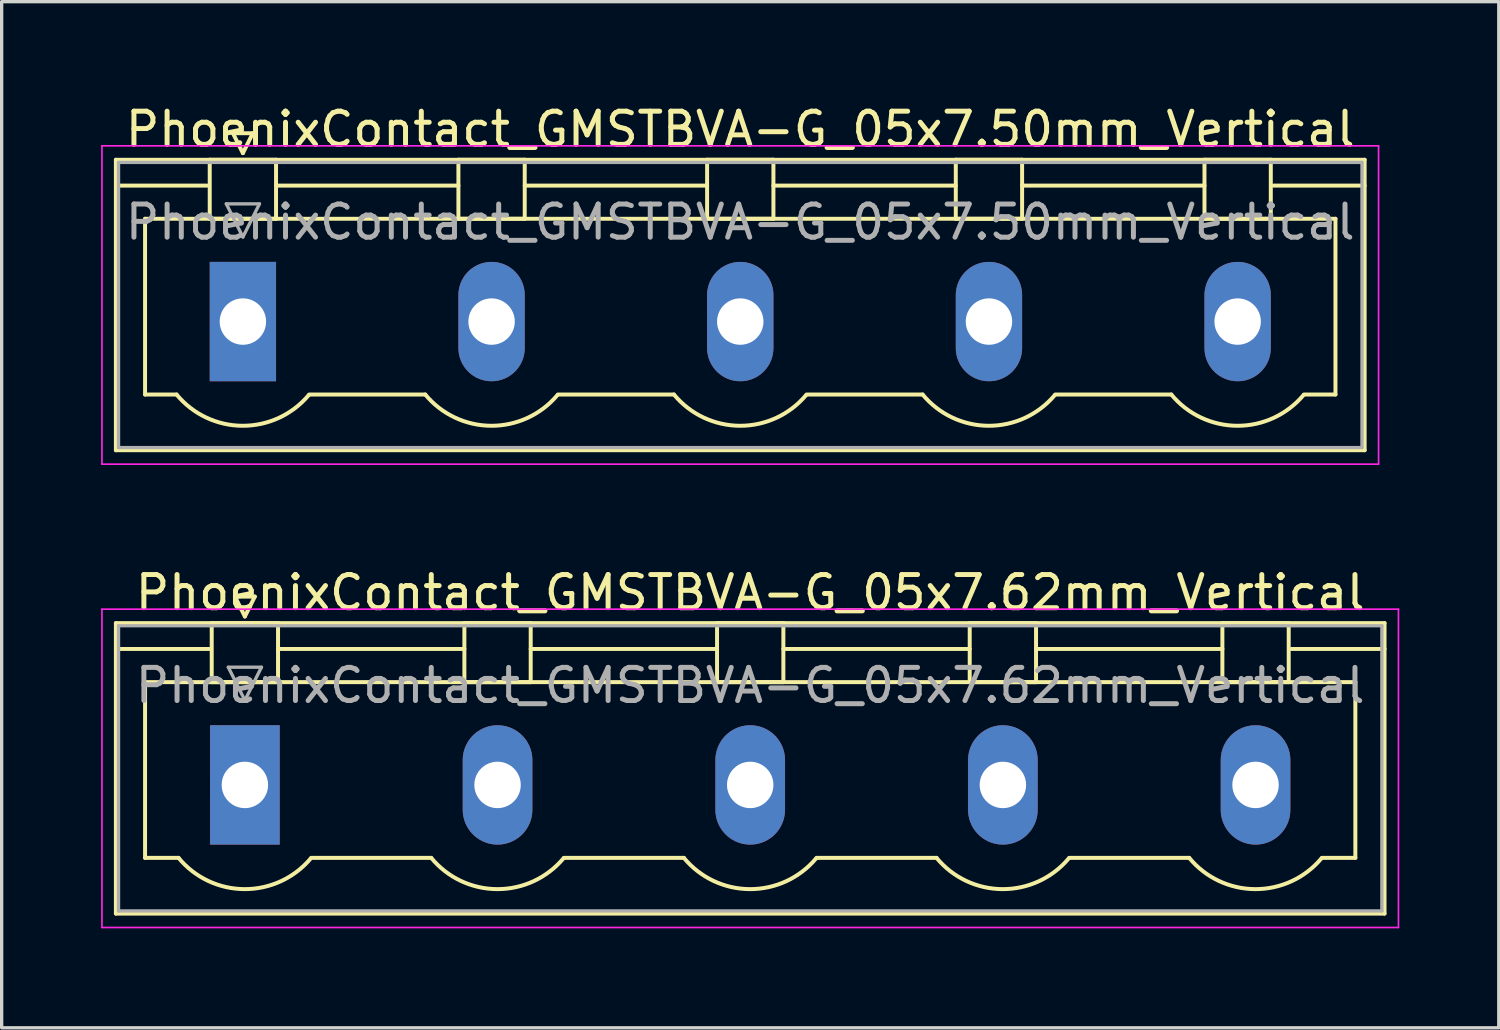
<source format=kicad_pcb>
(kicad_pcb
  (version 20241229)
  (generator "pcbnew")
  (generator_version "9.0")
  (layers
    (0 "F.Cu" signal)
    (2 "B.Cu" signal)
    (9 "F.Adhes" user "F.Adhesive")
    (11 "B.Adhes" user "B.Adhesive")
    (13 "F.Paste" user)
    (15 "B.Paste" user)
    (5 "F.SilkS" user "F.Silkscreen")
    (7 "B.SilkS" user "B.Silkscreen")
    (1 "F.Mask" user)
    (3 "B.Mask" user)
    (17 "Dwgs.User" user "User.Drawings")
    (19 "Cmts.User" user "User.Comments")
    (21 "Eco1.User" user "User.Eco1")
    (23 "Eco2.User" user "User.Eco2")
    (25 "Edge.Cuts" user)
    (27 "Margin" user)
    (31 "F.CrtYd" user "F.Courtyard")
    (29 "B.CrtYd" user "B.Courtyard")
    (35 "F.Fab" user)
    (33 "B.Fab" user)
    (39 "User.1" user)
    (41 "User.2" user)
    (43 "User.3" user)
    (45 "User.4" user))
  (footprint "PhoenixContact_GMSTBVA-G_05x7.62mm_Vertical"
    (layer "F.Cu")
    (at 4.335 20.622)
    (property "Reference" "PhoenixContact_GMSTBVA-G_05x7.62mm_Vertical" (at 15.24 -5.8 0) (layer "F.SilkS") (effects (font (size 1 1) (thickness 0.15))))
    (attr through_hole)
    (fp_line (start -3.89 -4.88) (end -3.89 3.88) (stroke (width 0.12) (type solid)) (layer "F.SilkS"))
    (fp_line (start -3.89 -4.1) (end -1.08 -4.1) (stroke (width 0.12) (type solid)) (layer "F.SilkS"))
    (fp_line (start -3.89 3.88) (end 34.37 3.88) (stroke (width 0.12) (type solid)) (layer "F.SilkS"))
    (fp_line (start -3.01 -3.1) (end 33.49 -3.1) (stroke (width 0.12) (type solid)) (layer "F.SilkS"))
    (fp_line (start -3.01 2.2) (end -3.01 -3.1) (stroke (width 0.12) (type solid)) (layer "F.SilkS"))
    (fp_line (start -2 2.2) (end -3.01 2.2) (stroke (width 0.12) (type solid)) (layer "F.SilkS"))
    (fp_line (start -1 -4.88) (end 1 -4.88) (stroke (width 0.12) (type solid)) (layer "F.SilkS"))
    (fp_line (start -1 -3.1) (end -1 -4.88) (stroke (width 0.12) (type solid)) (layer "F.SilkS"))
    (fp_line (start -0.3 -5.68) (end 0.3 -5.68) (stroke (width 0.12) (type solid)) (layer "F.SilkS"))
    (fp_line (start 0 -5.08) (end -0.3 -5.68) (stroke (width 0.12) (type solid)) (layer "F.SilkS"))
    (fp_line (start 0.3 -5.68) (end 0 -5.08) (stroke (width 0.12) (type solid)) (layer "F.SilkS"))
    (fp_line (start 1 -4.88) (end 1 -3.1) (stroke (width 0.12) (type solid)) (layer "F.SilkS"))
    (fp_line (start 1 -4.1) (end 6.62 -4.1) (stroke (width 0.12) (type solid)) (layer "F.SilkS"))
    (fp_line (start 1 -3.1) (end -1 -3.1) (stroke (width 0.12) (type solid)) (layer "F.SilkS"))
    (fp_line (start 2 2.2) (end 5.62 2.2) (stroke (width 0.12) (type solid)) (layer "F.SilkS"))
    (fp_line (start 6.62 -4.88) (end 8.62 -4.88) (stroke (width 0.12) (type solid)) (layer "F.SilkS"))
    (fp_line (start 6.62 -3.1) (end 6.62 -4.88) (stroke (width 0.12) (type solid)) (layer "F.SilkS"))
    (fp_line (start 8.62 -4.88) (end 8.62 -3.1) (stroke (width 0.12) (type solid)) (layer "F.SilkS"))
    (fp_line (start 8.62 -4.1) (end 14.24 -4.1) (stroke (width 0.12) (type solid)) (layer "F.SilkS"))
    (fp_line (start 8.62 -3.1) (end 6.62 -3.1) (stroke (width 0.12) (type solid)) (layer "F.SilkS"))
    (fp_line (start 9.62 2.2) (end 13.24 2.2) (stroke (width 0.12) (type solid)) (layer "F.SilkS"))
    (fp_line (start 14.24 -4.88) (end 16.24 -4.88) (stroke (width 0.12) (type solid)) (layer "F.SilkS"))
    (fp_line (start 14.24 -3.1) (end 14.24 -4.88) (stroke (width 0.12) (type solid)) (layer "F.SilkS"))
    (fp_line (start 16.24 -4.88) (end 16.24 -3.1) (stroke (width 0.12) (type solid)) (layer "F.SilkS"))
    (fp_line (start 16.24 -4.1) (end 21.86 -4.1) (stroke (width 0.12) (type solid)) (layer "F.SilkS"))
    (fp_line (start 16.24 -3.1) (end 14.24 -3.1) (stroke (width 0.12) (type solid)) (layer "F.SilkS"))
    (fp_line (start 17.24 2.2) (end 20.86 2.2) (stroke (width 0.12) (type solid)) (layer "F.SilkS"))
    (fp_line (start 21.86 -4.88) (end 23.86 -4.88) (stroke (width 0.12) (type solid)) (layer "F.SilkS"))
    (fp_line (start 21.86 -3.1) (end 21.86 -4.88) (stroke (width 0.12) (type solid)) (layer "F.SilkS"))
    (fp_line (start 23.86 -4.88) (end 23.86 -3.1) (stroke (width 0.12) (type solid)) (layer "F.SilkS"))
    (fp_line (start 23.86 -4.1) (end 29.48 -4.1) (stroke (width 0.12) (type solid)) (layer "F.SilkS"))
    (fp_line (start 23.86 -3.1) (end 21.86 -3.1) (stroke (width 0.12) (type solid)) (layer "F.SilkS"))
    (fp_line (start 24.86 2.2) (end 28.48 2.2) (stroke (width 0.12) (type solid)) (layer "F.SilkS"))
    (fp_line (start 29.48 -4.88) (end 31.48 -4.88) (stroke (width 0.12) (type solid)) (layer "F.SilkS"))
    (fp_line (start 29.48 -3.1) (end 29.48 -4.88) (stroke (width 0.12) (type solid)) (layer "F.SilkS"))
    (fp_line (start 31.48 -4.88) (end 31.48 -3.1) (stroke (width 0.12) (type solid)) (layer "F.SilkS"))
    (fp_line (start 31.48 -3.1) (end 29.48 -3.1) (stroke (width 0.12) (type solid)) (layer "F.SilkS"))
    (fp_line (start 33.49 -3.1) (end 33.49 2.2) (stroke (width 0.12) (type solid)) (layer "F.SilkS"))
    (fp_line (start 33.49 2.2) (end 32.48 2.2) (stroke (width 0.12) (type solid)) (layer "F.SilkS"))
    (fp_line (start 34.37 -4.88) (end -3.89 -4.88) (stroke (width 0.12) (type solid)) (layer "F.SilkS"))
    (fp_line (start 34.37 -4.1) (end 31.56 -4.1) (stroke (width 0.12) (type solid)) (layer "F.SilkS"))
    (fp_line (start 34.37 3.88) (end 34.37 -4.88) (stroke (width 0.12) (type solid)) (layer "F.SilkS"))
    (fp_arc (start 1.986842 2.215821) (mid -0.010289 3.142758) (end -2 2.2) (stroke (width 0.12) (type solid)) (layer "F.SilkS"))
    (fp_arc (start 9.606842 2.215821) (mid 7.609711 3.142758) (end 5.62 2.2) (stroke (width 0.12) (type solid)) (layer "F.SilkS"))
    (fp_arc (start 17.226842 2.215821) (mid 15.229711 3.142758) (end 13.24 2.2) (stroke (width 0.12) (type solid)) (layer "F.SilkS"))
    (fp_arc (start 24.846842 2.215821) (mid 22.849711 3.142758) (end 20.86 2.2) (stroke (width 0.12) (type solid)) (layer "F.SilkS"))
    (fp_arc (start 32.466842 2.215821) (mid 30.469711 3.142758) (end 28.48 2.2) (stroke (width 0.12) (type solid)) (layer "F.SilkS"))
    (fp_line (start -4.31 -5.3) (end -4.31 4.3) (stroke (width 0.05) (type solid)) (layer "F.CrtYd"))
    (fp_line (start -4.31 4.3) (end 34.79 4.3) (stroke (width 0.05) (type solid)) (layer "F.CrtYd"))
    (fp_line (start 34.79 -5.3) (end -4.31 -5.3) (stroke (width 0.05) (type solid)) (layer "F.CrtYd"))
    (fp_line (start 34.79 4.3) (end 34.79 -5.3) (stroke (width 0.05) (type solid)) (layer "F.CrtYd"))
    (fp_line (start -3.81 -4.8) (end -3.81 3.8) (stroke (width 0.1) (type solid)) (layer "F.Fab"))
    (fp_line (start -3.81 3.8) (end 34.29 3.8) (stroke (width 0.1) (type solid)) (layer "F.Fab"))
    (fp_line (start -0.5 -3.55) (end 0.5 -3.55) (stroke (width 0.1) (type solid)) (layer "F.Fab"))
    (fp_line (start 0 -2.55) (end -0.5 -3.55) (stroke (width 0.1) (type solid)) (layer "F.Fab"))
    (fp_line (start 0.5 -3.55) (end 0 -2.55) (stroke (width 0.1) (type solid)) (layer "F.Fab"))
    (fp_line (start 34.29 -4.8) (end -3.81 -4.8) (stroke (width 0.1) (type solid)) (layer "F.Fab"))
    (fp_line (start 34.29 3.8) (end 34.29 -4.8) (stroke (width 0.1) (type solid)) (layer "F.Fab"))
    (fp_text user "${REFERENCE}" (at 15.24 -3 0) (layer "F.Fab") (effects (font (size 1 1) (thickness 0.15))))
    (pad "1" thru_hole rect (at 0 0) (size 2.1 3.6) (drill 1.4) (layers "*.Cu" "*.Mask"))
    (pad "2" thru_hole oval (at 7.62 0) (size 2.1 3.6) (drill 1.4) (layers "*.Cu" "*.Mask"))
    (pad "3" thru_hole oval (at 15.24 0) (size 2.1 3.6) (drill 1.4) (layers "*.Cu" "*.Mask"))
    (pad "4" thru_hole oval (at 22.86 0) (size 2.1 3.6) (drill 1.4) (layers "*.Cu" "*.Mask"))
    (pad "5" thru_hole oval (at 30.48 0) (size 2.1 3.6) (drill 1.4) (layers "*.Cu" "*.Mask")))
  (footprint "PhoenixContact_GMSTBVA-G_05x7.50mm_Vertical"
    (layer "F.Cu")
    (at 4.275 6.648)
    (property "Reference" "PhoenixContact_GMSTBVA-G_05x7.50mm_Vertical" (at 15 -5.8 0) (layer "F.SilkS") (effects (font (size 1 1) (thickness 0.15))))
    (attr through_hole)
    (fp_line (start -3.83 -4.88) (end -3.83 3.88) (stroke (width 0.12) (type solid)) (layer "F.SilkS"))
    (fp_line (start -3.83 -4.1) (end -1.08 -4.1) (stroke (width 0.12) (type solid)) (layer "F.SilkS"))
    (fp_line (start -3.83 3.88) (end 33.83 3.88) (stroke (width 0.12) (type solid)) (layer "F.SilkS"))
    (fp_line (start -2.95 -3.1) (end 32.95 -3.1) (stroke (width 0.12) (type solid)) (layer "F.SilkS"))
    (fp_line (start -2.95 2.2) (end -2.95 -3.1) (stroke (width 0.12) (type solid)) (layer "F.SilkS"))
    (fp_line (start -2 2.2) (end -2.95 2.2) (stroke (width 0.12) (type solid)) (layer "F.SilkS"))
    (fp_line (start -1 -4.88) (end 1 -4.88) (stroke (width 0.12) (type solid)) (layer "F.SilkS"))
    (fp_line (start -1 -3.1) (end -1 -4.88) (stroke (width 0.12) (type solid)) (layer "F.SilkS"))
    (fp_line (start -0.3 -5.68) (end 0.3 -5.68) (stroke (width 0.12) (type solid)) (layer "F.SilkS"))
    (fp_line (start 0 -5.08) (end -0.3 -5.68) (stroke (width 0.12) (type solid)) (layer "F.SilkS"))
    (fp_line (start 0.3 -5.68) (end 0 -5.08) (stroke (width 0.12) (type solid)) (layer "F.SilkS"))
    (fp_line (start 1 -4.88) (end 1 -3.1) (stroke (width 0.12) (type solid)) (layer "F.SilkS"))
    (fp_line (start 1 -4.1) (end 6.5 -4.1) (stroke (width 0.12) (type solid)) (layer "F.SilkS"))
    (fp_line (start 1 -3.1) (end -1 -3.1) (stroke (width 0.12) (type solid)) (layer "F.SilkS"))
    (fp_line (start 2 2.2) (end 5.5 2.2) (stroke (width 0.12) (type solid)) (layer "F.SilkS"))
    (fp_line (start 6.5 -4.88) (end 8.5 -4.88) (stroke (width 0.12) (type solid)) (layer "F.SilkS"))
    (fp_line (start 6.5 -3.1) (end 6.5 -4.88) (stroke (width 0.12) (type solid)) (layer "F.SilkS"))
    (fp_line (start 8.5 -4.88) (end 8.5 -3.1) (stroke (width 0.12) (type solid)) (layer "F.SilkS"))
    (fp_line (start 8.5 -4.1) (end 14 -4.1) (stroke (width 0.12) (type solid)) (layer "F.SilkS"))
    (fp_line (start 8.5 -3.1) (end 6.5 -3.1) (stroke (width 0.12) (type solid)) (layer "F.SilkS"))
    (fp_line (start 9.5 2.2) (end 13 2.2) (stroke (width 0.12) (type solid)) (layer "F.SilkS"))
    (fp_line (start 14 -4.88) (end 16 -4.88) (stroke (width 0.12) (type solid)) (layer "F.SilkS"))
    (fp_line (start 14 -3.1) (end 14 -4.88) (stroke (width 0.12) (type solid)) (layer "F.SilkS"))
    (fp_line (start 16 -4.88) (end 16 -3.1) (stroke (width 0.12) (type solid)) (layer "F.SilkS"))
    (fp_line (start 16 -4.1) (end 21.5 -4.1) (stroke (width 0.12) (type solid)) (layer "F.SilkS"))
    (fp_line (start 16 -3.1) (end 14 -3.1) (stroke (width 0.12) (type solid)) (layer "F.SilkS"))
    (fp_line (start 17 2.2) (end 20.5 2.2) (stroke (width 0.12) (type solid)) (layer "F.SilkS"))
    (fp_line (start 21.5 -4.88) (end 23.5 -4.88) (stroke (width 0.12) (type solid)) (layer "F.SilkS"))
    (fp_line (start 21.5 -3.1) (end 21.5 -4.88) (stroke (width 0.12) (type solid)) (layer "F.SilkS"))
    (fp_line (start 23.5 -4.88) (end 23.5 -3.1) (stroke (width 0.12) (type solid)) (layer "F.SilkS"))
    (fp_line (start 23.5 -4.1) (end 29 -4.1) (stroke (width 0.12) (type solid)) (layer "F.SilkS"))
    (fp_line (start 23.5 -3.1) (end 21.5 -3.1) (stroke (width 0.12) (type solid)) (layer "F.SilkS"))
    (fp_line (start 24.5 2.2) (end 28 2.2) (stroke (width 0.12) (type solid)) (layer "F.SilkS"))
    (fp_line (start 29 -4.88) (end 31 -4.88) (stroke (width 0.12) (type solid)) (layer "F.SilkS"))
    (fp_line (start 29 -3.1) (end 29 -4.88) (stroke (width 0.12) (type solid)) (layer "F.SilkS"))
    (fp_line (start 31 -4.88) (end 31 -3.1) (stroke (width 0.12) (type solid)) (layer "F.SilkS"))
    (fp_line (start 31 -3.1) (end 29 -3.1) (stroke (width 0.12) (type solid)) (layer "F.SilkS"))
    (fp_line (start 32.95 -3.1) (end 32.95 2.2) (stroke (width 0.12) (type solid)) (layer "F.SilkS"))
    (fp_line (start 32.95 2.2) (end 32 2.2) (stroke (width 0.12) (type solid)) (layer "F.SilkS"))
    (fp_line (start 33.83 -4.88) (end -3.83 -4.88) (stroke (width 0.12) (type solid)) (layer "F.SilkS"))
    (fp_line (start 33.83 -4.1) (end 31.08 -4.1) (stroke (width 0.12) (type solid)) (layer "F.SilkS"))
    (fp_line (start 33.83 3.88) (end 33.83 -4.88) (stroke (width 0.12) (type solid)) (layer "F.SilkS"))
    (fp_arc (start 1.986842 2.215821) (mid -0.010289 3.142758) (end -2 2.2) (stroke (width 0.12) (type solid)) (layer "F.SilkS"))
    (fp_arc (start 9.486842 2.215821) (mid 7.489711 3.142758) (end 5.5 2.2) (stroke (width 0.12) (type solid)) (layer "F.SilkS"))
    (fp_arc (start 16.986842 2.215821) (mid 14.989711 3.142758) (end 13 2.2) (stroke (width 0.12) (type solid)) (layer "F.SilkS"))
    (fp_arc (start 24.486842 2.215821) (mid 22.489711 3.142758) (end 20.5 2.2) (stroke (width 0.12) (type solid)) (layer "F.SilkS"))
    (fp_arc (start 31.986842 2.215821) (mid 29.989711 3.142758) (end 28 2.2) (stroke (width 0.12) (type solid)) (layer "F.SilkS"))
    (fp_line (start -4.25 -5.3) (end -4.25 4.3) (stroke (width 0.05) (type solid)) (layer "F.CrtYd"))
    (fp_line (start -4.25 4.3) (end 34.25 4.3) (stroke (width 0.05) (type solid)) (layer "F.CrtYd"))
    (fp_line (start 34.25 -5.3) (end -4.25 -5.3) (stroke (width 0.05) (type solid)) (layer "F.CrtYd"))
    (fp_line (start 34.25 4.3) (end 34.25 -5.3) (stroke (width 0.05) (type solid)) (layer "F.CrtYd"))
    (fp_line (start -3.75 -4.8) (end -3.75 3.8) (stroke (width 0.1) (type solid)) (layer "F.Fab"))
    (fp_line (start -3.75 3.8) (end 33.75 3.8) (stroke (width 0.1) (type solid)) (layer "F.Fab"))
    (fp_line (start -0.5 -3.55) (end 0.5 -3.55) (stroke (width 0.1) (type solid)) (layer "F.Fab"))
    (fp_line (start 0 -2.55) (end -0.5 -3.55) (stroke (width 0.1) (type solid)) (layer "F.Fab"))
    (fp_line (start 0.5 -3.55) (end 0 -2.55) (stroke (width 0.1) (type solid)) (layer "F.Fab"))
    (fp_line (start 33.75 -4.8) (end -3.75 -4.8) (stroke (width 0.1) (type solid)) (layer "F.Fab"))
    (fp_line (start 33.75 3.8) (end 33.75 -4.8) (stroke (width 0.1) (type solid)) (layer "F.Fab"))
    (fp_text user "${REFERENCE}" (at 15 -3 0) (layer "F.Fab") (effects (font (size 1 1) (thickness 0.15))))
    (pad "1" thru_hole rect (at 0 0) (size 2 3.6) (drill 1.4) (layers "*.Cu" "*.Mask"))
    (pad "2" thru_hole oval (at 7.5 0) (size 2 3.6) (drill 1.4) (layers "*.Cu" "*.Mask"))
    (pad "3" thru_hole oval (at 15 0) (size 2 3.6) (drill 1.4) (layers "*.Cu" "*.Mask"))
    (pad "4" thru_hole oval (at 22.5 0) (size 2 3.6) (drill 1.4) (layers "*.Cu" "*.Mask"))
    (pad "5" thru_hole oval (at 30 0) (size 2 3.6) (drill 1.4) (layers "*.Cu" "*.Mask")))
  (gr_rect
    (start -3 -3)
    (end 42.15 27.947)
    (stroke (width 0.1) (type default))
    (fill no)
    (layer "Edge.Cuts")))
</source>
